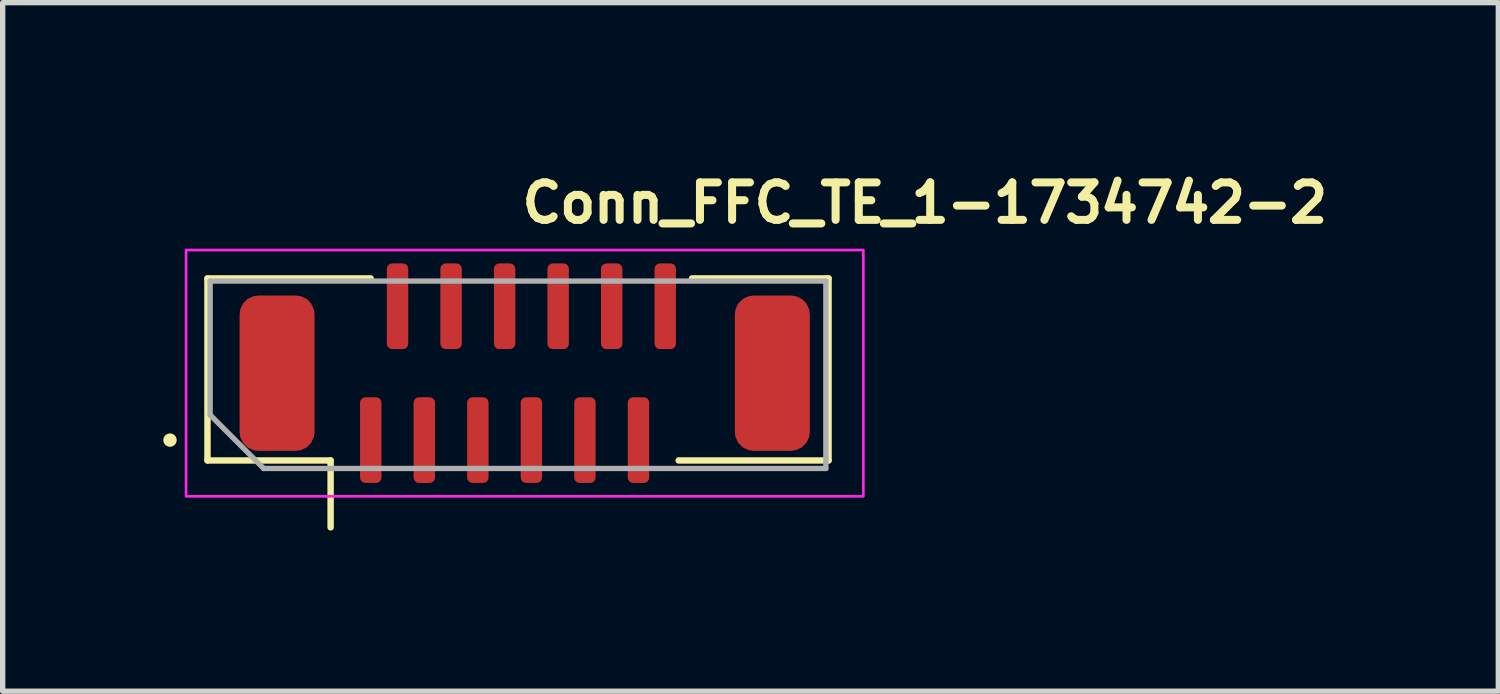
<source format=kicad_pcb>
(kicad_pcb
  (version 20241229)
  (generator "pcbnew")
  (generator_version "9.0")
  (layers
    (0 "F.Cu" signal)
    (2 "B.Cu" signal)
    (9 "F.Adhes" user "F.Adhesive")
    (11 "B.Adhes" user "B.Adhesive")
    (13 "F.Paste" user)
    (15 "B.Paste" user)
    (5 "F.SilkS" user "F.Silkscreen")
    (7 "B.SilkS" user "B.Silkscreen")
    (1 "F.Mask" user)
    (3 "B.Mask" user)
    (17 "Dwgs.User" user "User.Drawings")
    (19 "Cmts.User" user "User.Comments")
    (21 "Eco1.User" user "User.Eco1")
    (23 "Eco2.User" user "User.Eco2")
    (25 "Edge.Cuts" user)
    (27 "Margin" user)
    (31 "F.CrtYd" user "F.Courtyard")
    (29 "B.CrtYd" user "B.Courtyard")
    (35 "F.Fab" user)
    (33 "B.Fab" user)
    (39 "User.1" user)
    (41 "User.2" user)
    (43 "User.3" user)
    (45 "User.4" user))
  (footprint "Conn_FFC_TE_1-1734742-2"
    (layer "F.Cu")
    (at 6.625 3.95)
    (property "Reference" "Conn_FFC_TE_1-1734742-2" (at 0 -2.8 0) (unlocked yes) (layer "F.SilkS") (effects (font (size 0.7 0.7) (thickness 0.15)) (justify left bottom)))
    (attr smd)
    (fp_line (start -5.8 -1.8) (end -5.8 1.6) (stroke (width 0.12) (type solid)) (layer "F.SilkS"))
    (fp_line (start -5.8 -1.8) (end -2.75 -1.8) (stroke (width 0.12) (type solid)) (layer "F.SilkS"))
    (fp_line (start -5.8 1.6) (end -3.5 1.6) (stroke (width 0.12) (type solid)) (layer "F.SilkS"))
    (fp_line (start -3.5 2.85) (end -3.5 1.6) (stroke (width 0.12) (type solid)) (layer "F.SilkS"))
    (fp_line (start 3.25 -1.8) (end 5.8 -1.8) (stroke (width 0.12) (type solid)) (layer "F.SilkS"))
    (fp_line (start 5.8 -1.8) (end 5.8 1.6) (stroke (width 0.12) (type solid)) (layer "F.SilkS"))
    (fp_line (start 5.8 1.6) (end 3 1.6) (stroke (width 0.12) (type solid)) (layer "F.SilkS"))
    (fp_circle (center -6.5 1.22) (end -6.45 1.22) (stroke (width 0.15) (type solid)) (fill yes) (layer "F.SilkS"))
    (fp_rect (start -6.2 -2.33) (end 6.45 2.27) (stroke (width 0.05) (type solid)) (fill no) (layer "F.CrtYd"))
    (fp_line (start -5.75 -1.75) (end -5.75 0.75) (stroke (width 0.1) (type solid)) (layer "F.Fab"))
    (fp_line (start -5.75 0.75) (end -4.75 1.75) (stroke (width 0.1) (type solid)) (layer "F.Fab"))
    (fp_line (start -4.75 1.75) (end 5.75 1.75) (stroke (width 0.1) (type solid)) (layer "F.Fab"))
    (fp_line (start 5.75 -1.75) (end -5.75 -1.75) (stroke (width 0.1) (type solid)) (layer "F.Fab"))
    (fp_line (start 5.75 1.75) (end 5.75 -1.75) (stroke (width 0.1) (type solid)) (layer "F.Fab"))
    (fp_rect (start -5.85 -1.93) (end 5.85 1.87) (stroke (width 0.1) (type solid)) (fill no) (layer "User.5"))
    (fp_line (start -5.85 -1.68) (end -5.85 1.42) (stroke (width 0.02) (type solid)) (layer "User.9"))
    (fp_line (start -5.85 -1.68) (end -5.8 -1.73) (stroke (width 0.02) (type solid)) (layer "User.9"))
    (fp_line (start -5.8 -1.73) (end -5.75 -1.68) (stroke (width 0.02) (type solid)) (layer "User.9"))
    (fp_line (start -5.8 1.47) (end -5.85 1.42) (stroke (width 0.02) (type solid)) (layer "User.9"))
    (fp_line (start -5.75 -1.78) (end -5.8 -1.73) (stroke (width 0.02) (type solid)) (layer "User.9"))
    (fp_line (start -5.75 -1.68) (end -5.75 1.42) (stroke (width 0.02) (type solid)) (layer "User.9"))
    (fp_line (start -5.75 1.42) (end -5.8 1.47) (stroke (width 0.02) (type solid)) (layer "User.9"))
    (fp_line (start -5.75 1.42) (end -3.97 1.42) (stroke (width 0.02) (type solid)) (layer "User.9"))
    (fp_line (start -5.75 1.52) (end -5.8 1.47) (stroke (width 0.02) (type solid)) (layer "User.9"))
    (fp_line (start -5.75 1.52) (end -3.87 1.52) (stroke (width 0.02) (type solid)) (layer "User.9"))
    (fp_line (start -4.859 -1.78) (end -5.75 -1.78) (stroke (width 0.02) (type solid)) (layer "User.9"))
    (fp_line (start -4.859 -1.78) (end -4.809 -1.68) (stroke (width 0.02) (type solid)) (layer "User.9"))
    (fp_line (start -4.809 -1.68) (end -5.75 -1.68) (stroke (width 0.02) (type solid)) (layer "User.9"))
    (fp_line (start -4.622 -1.307) (end -4.809 -1.68) (stroke (width 0.02) (type solid)) (layer "User.9"))
    (fp_line (start -4.479 -1.307) (end -4.622 -1.307) (stroke (width 0.02) (type solid)) (layer "User.9"))
    (fp_line (start -4.292 -1.68) (end -4.479 -1.307) (stroke (width 0.02) (type solid)) (layer "User.9"))
    (fp_line (start -4.292 -1.68) (end -4.242 -1.78) (stroke (width 0.02) (type solid)) (layer "User.9"))
    (fp_line (start -3.97 0.27) (end -3.575 0.27) (stroke (width 0.02) (type solid)) (layer "User.9"))
    (fp_line (start -3.97 1.42) (end -3.97 0.27) (stroke (width 0.02) (type solid)) (layer "User.9"))
    (fp_line (start -3.87 1.52) (end -3.97 1.42) (stroke (width 0.02) (type solid)) (layer "User.9"))
    (fp_line (start -3.72 1.22) (end -3.25 1.22) (stroke (width 0.02) (type solid)) (layer "User.9"))
    (fp_line (start -3.72 1.52) (end -3.87 1.52) (stroke (width 0.02) (type solid)) (layer "User.9"))
    (fp_line (start -3.72 1.52) (end -3.72 0.27) (stroke (width 0.02) (type solid)) (layer "User.9"))
    (fp_line (start -3.575 -0.25) (end 3.575 -0.25) (stroke (width 0.02) (type solid)) (layer "User.9"))
    (fp_line (start -3.575 0.27) (end -3.575 -0.25) (stroke (width 0.02) (type solid)) (layer "User.9"))
    (fp_line (start -3.325 0) (end -3.575 -0.25) (stroke (width 0.02) (type solid)) (layer "User.9"))
    (fp_line (start -3.325 0) (end 3.325 0) (stroke (width 0.02) (type solid)) (layer "User.9"))
    (fp_line (start -3.325 0.27) (end -3.575 0.27) (stroke (width 0.02) (type solid)) (layer "User.9"))
    (fp_line (start -3.325 0.27) (end -3.325 0) (stroke (width 0.02) (type solid)) (layer "User.9"))
    (fp_line (start -3.25 0.27) (end -3.325 0.27) (stroke (width 0.02) (type solid)) (layer "User.9"))
    (fp_line (start -3.25 0.27) (end -3.25 0) (stroke (width 0.02) (type solid)) (layer "User.9"))
    (fp_line (start -3.25 0.27) (end -3.25 0.42) (stroke (width 0.02) (type solid)) (layer "User.9"))
    (fp_line (start -3.25 0.42) (end -3.72 0.42) (stroke (width 0.02) (type solid)) (layer "User.9"))
    (fp_line (start -3.25 0.42) (end -2.91 0.42) (stroke (width 0.02) (type solid)) (layer "User.9"))
    (fp_line (start -3.25 0.72) (end -3.25 0.42) (stroke (width 0.02) (type solid)) (layer "User.9"))
    (fp_line (start -3.25 1.22) (end -3.25 0.72) (stroke (width 0.02) (type solid)) (layer "User.9"))
    (fp_line (start -2.91 0.72) (end -3.25 0.72) (stroke (width 0.02) (type solid)) (layer "User.9"))
    (fp_line (start -2.91 0.72) (end -2.91 0.42) (stroke (width 0.02) (type solid)) (layer "User.9"))
    (fp_line (start -2.91 0.72) (end -2.91 0.82) (stroke (width 0.02) (type solid)) (layer "User.9"))
    (fp_line (start -2.91 0.82) (end -2.59 0.82) (stroke (width 0.02) (type solid)) (layer "User.9"))
    (fp_line (start -2.85 0.22) (end -2.85 0.387) (stroke (width 0.02) (type solid)) (layer "User.9"))
    (fp_line (start -2.85 0.22) (end -2.65 0.22) (stroke (width 0.02) (type solid)) (layer "User.9"))
    (fp_line (start -2.85 0.494) (end -2.85 0.387) (stroke (width 0.02) (type solid)) (layer "User.9"))
    (fp_line (start -2.85 0.614) (end -2.85 0.494) (stroke (width 0.02) (type solid)) (layer "User.9"))
    (fp_line (start -2.85 0.614) (end -2.85 0.723) (stroke (width 0.02) (type solid)) (layer "User.9"))
    (fp_line (start -2.85 0.723) (end -2.65 0.723) (stroke (width 0.02) (type solid)) (layer "User.9"))
    (fp_line (start -2.85 1.22) (end -2.85 1.87) (stroke (width 0.02) (type solid)) (layer "User.9"))
    (fp_line (start -2.85 1.87) (end -2.65 1.87) (stroke (width 0.02) (type solid)) (layer "User.9"))
    (fp_line (start -2.65 0.22) (end -2.65 0.387) (stroke (width 0.02) (type solid)) (layer "User.9"))
    (fp_line (start -2.65 0.387) (end -2.65 0.494) (stroke (width 0.02) (type solid)) (layer "User.9"))
    (fp_line (start -2.65 0.494) (end -2.65 0.614) (stroke (width 0.02) (type solid)) (layer "User.9"))
    (fp_line (start -2.65 0.614) (end -2.65 0.723) (stroke (width 0.02) (type solid)) (layer "User.9"))
    (fp_line (start -2.65 1.22) (end -2.65 1.87) (stroke (width 0.02) (type solid)) (layer "User.9"))
    (fp_line (start -2.59 0.42) (end -2.41 0.42) (stroke (width 0.02) (type solid)) (layer "User.9"))
    (fp_line (start -2.59 0.72) (end -2.59 0.42) (stroke (width 0.02) (type solid)) (layer "User.9"))
    (fp_line (start -2.59 0.72) (end -2.59 0.82) (stroke (width 0.02) (type solid)) (layer "User.9"))
    (fp_line (start -2.41 0.72) (end -2.59 0.72) (stroke (width 0.02) (type solid)) (layer "User.9"))
    (fp_line (start -2.41 0.72) (end -2.41 0.42) (stroke (width 0.02) (type solid)) (layer "User.9"))
    (fp_line (start -2.41 0.72) (end -2.41 0.82) (stroke (width 0.02) (type solid)) (layer "User.9"))
    (fp_line (start -2.41 0.82) (end -2.09 0.82) (stroke (width 0.02) (type solid)) (layer "User.9"))
    (fp_line (start -2.35 -1.78) (end -2.35 -1.93) (stroke (width 0.02) (type solid)) (layer "User.9"))
    (fp_line (start -2.35 0.22) (end -2.35 0.387) (stroke (width 0.02) (type solid)) (layer "User.9"))
    (fp_line (start -2.35 0.22) (end -2.15 0.22) (stroke (width 0.02) (type solid)) (layer "User.9"))
    (fp_line (start -2.35 0.494) (end -2.35 0.387) (stroke (width 0.02) (type solid)) (layer "User.9"))
    (fp_line (start -2.35 0.614) (end -2.35 0.494) (stroke (width 0.02) (type solid)) (layer "User.9"))
    (fp_line (start -2.35 0.614) (end -2.35 0.723) (stroke (width 0.02) (type solid)) (layer "User.9"))
    (fp_line (start -2.35 0.723) (end -2.15 0.723) (stroke (width 0.02) (type solid)) (layer "User.9"))
    (fp_line (start -2.15 -1.93) (end -2.35 -1.93) (stroke (width 0.02) (type solid)) (layer "User.9"))
    (fp_line (start -2.15 -1.78) (end -2.15 -1.93) (stroke (width 0.02) (type solid)) (layer "User.9"))
    (fp_line (start -2.15 0.22) (end -2.15 0.387) (stroke (width 0.02) (type solid)) (layer "User.9"))
    (fp_line (start -2.15 0.387) (end -2.15 0.494) (stroke (width 0.02) (type solid)) (layer "User.9"))
    (fp_line (start -2.15 0.494) (end -2.15 0.614) (stroke (width 0.02) (type solid)) (layer "User.9"))
    (fp_line (start -2.15 0.614) (end -2.15 0.723) (stroke (width 0.02) (type solid)) (layer "User.9"))
    (fp_line (start -2.09 0.42) (end -1.91 0.42) (stroke (width 0.02) (type solid)) (layer "User.9"))
    (fp_line (start -2.09 0.72) (end -2.09 0.42) (stroke (width 0.02) (type solid)) (layer "User.9"))
    (fp_line (start -2.09 0.72) (end -2.09 0.82) (stroke (width 0.02) (type solid)) (layer "User.9"))
    (fp_line (start -1.91 0.72) (end -2.09 0.72) (stroke (width 0.02) (type solid)) (layer "User.9"))
    (fp_line (start -1.91 0.72) (end -1.91 0.42) (stroke (width 0.02) (type solid)) (layer "User.9"))
    (fp_line (start -1.91 0.72) (end -1.91 0.82) (stroke (width 0.02) (type solid)) (layer "User.9"))
    (fp_line (start -1.91 0.82) (end -1.59 0.82) (stroke (width 0.02) (type solid)) (layer "User.9"))
    (fp_line (start -1.85 0.22) (end -1.85 0.387) (stroke (width 0.02) (type solid)) (layer "User.9"))
    (fp_line (start -1.85 0.22) (end -1.65 0.22) (stroke (width 0.02) (type solid)) (layer "User.9"))
    (fp_line (start -1.85 0.494) (end -1.85 0.387) (stroke (width 0.02) (type solid)) (layer "User.9"))
    (fp_line (start -1.85 0.614) (end -1.85 0.494) (stroke (width 0.02) (type solid)) (layer "User.9"))
    (fp_line (start -1.85 0.614) (end -1.85 0.723) (stroke (width 0.02) (type solid)) (layer "User.9"))
    (fp_line (start -1.85 0.723) (end -1.65 0.723) (stroke (width 0.02) (type solid)) (layer "User.9"))
    (fp_line (start -1.85 1.22) (end -1.85 1.87) (stroke (width 0.02) (type solid)) (layer "User.9"))
    (fp_line (start -1.85 1.87) (end -1.65 1.87) (stroke (width 0.02) (type solid)) (layer "User.9"))
    (fp_line (start -1.65 0.22) (end -1.65 0.387) (stroke (width 0.02) (type solid)) (layer "User.9"))
    (fp_line (start -1.65 0.387) (end -1.65 0.494) (stroke (width 0.02) (type solid)) (layer "User.9"))
    (fp_line (start -1.65 0.494) (end -1.65 0.614) (stroke (width 0.02) (type solid)) (layer "User.9"))
    (fp_line (start -1.65 0.614) (end -1.65 0.723) (stroke (width 0.02) (type solid)) (layer "User.9"))
    (fp_line (start -1.65 1.22) (end -1.65 1.87) (stroke (width 0.02) (type solid)) (layer "User.9"))
    (fp_line (start -1.59 0.42) (end -1.41 0.42) (stroke (width 0.02) (type solid)) (layer "User.9"))
    (fp_line (start -1.59 0.72) (end -1.59 0.42) (stroke (width 0.02) (type solid)) (layer "User.9"))
    (fp_line (start -1.59 0.72) (end -1.59 0.82) (stroke (width 0.02) (type solid)) (layer "User.9"))
    (fp_line (start -1.41 0.72) (end -1.59 0.72) (stroke (width 0.02) (type solid)) (layer "User.9"))
    (fp_line (start -1.41 0.72) (end -1.41 0.42) (stroke (width 0.02) (type solid)) (layer "User.9"))
    (fp_line (start -1.41 0.72) (end -1.41 0.82) (stroke (width 0.02) (type solid)) (layer "User.9"))
    (fp_line (start -1.41 0.82) (end -1.09 0.82) (stroke (width 0.02) (type solid)) (layer "User.9"))
    (fp_line (start -1.35 -1.78) (end -1.35 -1.93) (stroke (width 0.02) (type solid)) (layer "User.9"))
    (fp_line (start -1.35 0.22) (end -1.35 0.387) (stroke (width 0.02) (type solid)) (layer "User.9"))
    (fp_line (start -1.35 0.22) (end -1.15 0.22) (stroke (width 0.02) (type solid)) (layer "User.9"))
    (fp_line (start -1.35 0.494) (end -1.35 0.387) (stroke (width 0.02) (type solid)) (layer "User.9"))
    (fp_line (start -1.35 0.614) (end -1.35 0.494) (stroke (width 0.02) (type solid)) (layer "User.9"))
    (fp_line (start -1.35 0.614) (end -1.35 0.723) (stroke (width 0.02) (type solid)) (layer "User.9"))
    (fp_line (start -1.35 0.723) (end -1.15 0.723) (stroke (width 0.02) (type solid)) (layer "User.9"))
    (fp_line (start -1.15 -1.93) (end -1.35 -1.93) (stroke (width 0.02) (type solid)) (layer "User.9"))
    (fp_line (start -1.15 -1.78) (end -1.15 -1.93) (stroke (width 0.02) (type solid)) (layer "User.9"))
    (fp_line (start -1.15 0.22) (end -1.15 0.387) (stroke (width 0.02) (type solid)) (layer "User.9"))
    (fp_line (start -1.15 0.387) (end -1.15 0.494) (stroke (width 0.02) (type solid)) (layer "User.9"))
    (fp_line (start -1.15 0.494) (end -1.15 0.614) (stroke (width 0.02) (type solid)) (layer "User.9"))
    (fp_line (start -1.15 0.614) (end -1.15 0.723) (stroke (width 0.02) (type solid)) (layer "User.9"))
    (fp_line (start -1.09 0.42) (end -0.91 0.42) (stroke (width 0.02) (type solid)) (layer "User.9"))
    (fp_line (start -1.09 0.72) (end -1.09 0.42) (stroke (width 0.02) (type solid)) (layer "User.9"))
    (fp_line (start -1.09 0.72) (end -1.09 0.82) (stroke (width 0.02) (type solid)) (layer "User.9"))
    (fp_line (start -0.91 0.72) (end -1.09 0.72) (stroke (width 0.02) (type solid)) (layer "User.9"))
    (fp_line (start -0.91 0.72) (end -0.91 0.42) (stroke (width 0.02) (type solid)) (layer "User.9"))
    (fp_line (start -0.91 0.72) (end -0.91 0.82) (stroke (width 0.02) (type solid)) (layer "User.9"))
    (fp_line (start -0.91 0.82) (end -0.59 0.82) (stroke (width 0.02) (type solid)) (layer "User.9"))
    (fp_line (start -0.85 0.22) (end -0.85 0.387) (stroke (width 0.02) (type solid)) (layer "User.9"))
    (fp_line (start -0.85 0.22) (end -0.65 0.22) (stroke (width 0.02) (type solid)) (layer "User.9"))
    (fp_line (start -0.85 0.494) (end -0.85 0.387) (stroke (width 0.02) (type solid)) (layer "User.9"))
    (fp_line (start -0.85 0.614) (end -0.85 0.494) (stroke (width 0.02) (type solid)) (layer "User.9"))
    (fp_line (start -0.85 0.614) (end -0.85 0.723) (stroke (width 0.02) (type solid)) (layer "User.9"))
    (fp_line (start -0.85 0.723) (end -0.65 0.723) (stroke (width 0.02) (type solid)) (layer "User.9"))
    (fp_line (start -0.85 1.22) (end -0.85 1.87) (stroke (width 0.02) (type solid)) (layer "User.9"))
    (fp_line (start -0.85 1.87) (end -0.65 1.87) (stroke (width 0.02) (type solid)) (layer "User.9"))
    (fp_line (start -0.65 0.22) (end -0.65 0.387) (stroke (width 0.02) (type solid)) (layer "User.9"))
    (fp_line (start -0.65 0.387) (end -0.65 0.494) (stroke (width 0.02) (type solid)) (layer "User.9"))
    (fp_line (start -0.65 0.494) (end -0.65 0.614) (stroke (width 0.02) (type solid)) (layer "User.9"))
    (fp_line (start -0.65 0.614) (end -0.65 0.723) (stroke (width 0.02) (type solid)) (layer "User.9"))
    (fp_line (start -0.65 1.22) (end -0.65 1.87) (stroke (width 0.02) (type solid)) (layer "User.9"))
    (fp_line (start -0.59 0.42) (end -0.41 0.42) (stroke (width 0.02) (type solid)) (layer "User.9"))
    (fp_line (start -0.59 0.72) (end -0.59 0.42) (stroke (width 0.02) (type solid)) (layer "User.9"))
    (fp_line (start -0.59 0.72) (end -0.59 0.82) (stroke (width 0.02) (type solid)) (layer "User.9"))
    (fp_line (start -0.41 0.72) (end -0.59 0.72) (stroke (width 0.02) (type solid)) (layer "User.9"))
    (fp_line (start -0.41 0.72) (end -0.41 0.42) (stroke (width 0.02) (type solid)) (layer "User.9"))
    (fp_line (start -0.41 0.72) (end -0.41 0.82) (stroke (width 0.02) (type solid)) (layer "User.9"))
    (fp_line (start -0.41 0.82) (end -0.09 0.82) (stroke (width 0.02) (type solid)) (layer "User.9"))
    (fp_line (start -0.35 -1.78) (end -0.35 -1.93) (stroke (width 0.02) (type solid)) (layer "User.9"))
    (fp_line (start -0.35 0.22) (end -0.35 0.387) (stroke (width 0.02) (type solid)) (layer "User.9"))
    (fp_line (start -0.35 0.22) (end -0.15 0.22) (stroke (width 0.02) (type solid)) (layer "User.9"))
    (fp_line (start -0.35 0.494) (end -0.35 0.387) (stroke (width 0.02) (type solid)) (layer "User.9"))
    (fp_line (start -0.35 0.614) (end -0.35 0.494) (stroke (width 0.02) (type solid)) (layer "User.9"))
    (fp_line (start -0.35 0.614) (end -0.35 0.723) (stroke (width 0.02) (type solid)) (layer "User.9"))
    (fp_line (start -0.35 0.723) (end -0.15 0.723) (stroke (width 0.02) (type solid)) (layer "User.9"))
    (fp_line (start -0.15 -1.93) (end -0.35 -1.93) (stroke (width 0.02) (type solid)) (layer "User.9"))
    (fp_line (start -0.15 -1.78) (end -0.15 -1.93) (stroke (width 0.02) (type solid)) (layer "User.9"))
    (fp_line (start -0.15 0.22) (end -0.15 0.387) (stroke (width 0.02) (type solid)) (layer "User.9"))
    (fp_line (start -0.15 0.387) (end -0.15 0.494) (stroke (width 0.02) (type solid)) (layer "User.9"))
    (fp_line (start -0.15 0.494) (end -0.15 0.614) (stroke (width 0.02) (type solid)) (layer "User.9"))
    (fp_line (start -0.15 0.614) (end -0.15 0.723) (stroke (width 0.02) (type solid)) (layer "User.9"))
    (fp_line (start -0.09 0.42) (end 0.09 0.42) (stroke (width 0.02) (type solid)) (layer "User.9"))
    (fp_line (start -0.09 0.72) (end -0.09 0.42) (stroke (width 0.02) (type solid)) (layer "User.9"))
    (fp_line (start -0.09 0.72) (end -0.09 0.82) (stroke (width 0.02) (type solid)) (layer "User.9"))
    (fp_line (start 0.09 0.72) (end -0.09 0.72) (stroke (width 0.02) (type solid)) (layer "User.9"))
    (fp_line (start 0.09 0.72) (end 0.09 0.42) (stroke (width 0.02) (type solid)) (layer "User.9"))
    (fp_line (start 0.09 0.72) (end 0.09 0.82) (stroke (width 0.02) (type solid)) (layer "User.9"))
    (fp_line (start 0.09 0.82) (end 0.41 0.82) (stroke (width 0.02) (type solid)) (layer "User.9"))
    (fp_line (start 0.15 0.22) (end 0.15 0.387) (stroke (width 0.02) (type solid)) (layer "User.9"))
    (fp_line (start 0.15 0.22) (end 0.35 0.22) (stroke (width 0.02) (type solid)) (layer "User.9"))
    (fp_line (start 0.15 0.494) (end 0.15 0.387) (stroke (width 0.02) (type solid)) (layer "User.9"))
    (fp_line (start 0.15 0.614) (end 0.15 0.494) (stroke (width 0.02) (type solid)) (layer "User.9"))
    (fp_line (start 0.15 0.614) (end 0.15 0.723) (stroke (width 0.02) (type solid)) (layer "User.9"))
    (fp_line (start 0.15 0.723) (end 0.35 0.723) (stroke (width 0.02) (type solid)) (layer "User.9"))
    (fp_line (start 0.15 1.22) (end 0.15 1.87) (stroke (width 0.02) (type solid)) (layer "User.9"))
    (fp_line (start 0.15 1.87) (end 0.35 1.87) (stroke (width 0.02) (type solid)) (layer "User.9"))
    (fp_line (start 0.35 0.22) (end 0.35 0.387) (stroke (width 0.02) (type solid)) (layer "User.9"))
    (fp_line (start 0.35 0.387) (end 0.35 0.494) (stroke (width 0.02) (type solid)) (layer "User.9"))
    (fp_line (start 0.35 0.494) (end 0.35 0.614) (stroke (width 0.02) (type solid)) (layer "User.9"))
    (fp_line (start 0.35 0.614) (end 0.35 0.723) (stroke (width 0.02) (type solid)) (layer "User.9"))
    (fp_line (start 0.35 1.22) (end 0.35 1.87) (stroke (width 0.02) (type solid)) (layer "User.9"))
    (fp_line (start 0.41 0.42) (end 0.59 0.42) (stroke (width 0.02) (type solid)) (layer "User.9"))
    (fp_line (start 0.41 0.72) (end 0.41 0.42) (stroke (width 0.02) (type solid)) (layer "User.9"))
    (fp_line (start 0.41 0.72) (end 0.41 0.82) (stroke (width 0.02) (type solid)) (layer "User.9"))
    (fp_line (start 0.59 0.72) (end 0.41 0.72) (stroke (width 0.02) (type solid)) (layer "User.9"))
    (fp_line (start 0.59 0.72) (end 0.59 0.42) (stroke (width 0.02) (type solid)) (layer "User.9"))
    (fp_line (start 0.59 0.72) (end 0.59 0.82) (stroke (width 0.02) (type solid)) (layer "User.9"))
    (fp_line (start 0.59 0.82) (end 0.91 0.82) (stroke (width 0.02) (type solid)) (layer "User.9"))
    (fp_line (start 0.65 -1.78) (end 0.65 -1.93) (stroke (width 0.02) (type solid)) (layer "User.9"))
    (fp_line (start 0.65 0.22) (end 0.65 0.387) (stroke (width 0.02) (type solid)) (layer "User.9"))
    (fp_line (start 0.65 0.22) (end 0.85 0.22) (stroke (width 0.02) (type solid)) (layer "User.9"))
    (fp_line (start 0.65 0.494) (end 0.65 0.387) (stroke (width 0.02) (type solid)) (layer "User.9"))
    (fp_line (start 0.65 0.614) (end 0.65 0.494) (stroke (width 0.02) (type solid)) (layer "User.9"))
    (fp_line (start 0.65 0.614) (end 0.65 0.723) (stroke (width 0.02) (type solid)) (layer "User.9"))
    (fp_line (start 0.65 0.723) (end 0.85 0.723) (stroke (width 0.02) (type solid)) (layer "User.9"))
    (fp_line (start 0.85 -1.93) (end 0.65 -1.93) (stroke (width 0.02) (type solid)) (layer "User.9"))
    (fp_line (start 0.85 -1.78) (end 0.85 -1.93) (stroke (width 0.02) (type solid)) (layer "User.9"))
    (fp_line (start 0.85 0.22) (end 0.85 0.387) (stroke (width 0.02) (type solid)) (layer "User.9"))
    (fp_line (start 0.85 0.387) (end 0.85 0.494) (stroke (width 0.02) (type solid)) (layer "User.9"))
    (fp_line (start 0.85 0.494) (end 0.85 0.614) (stroke (width 0.02) (type solid)) (layer "User.9"))
    (fp_line (start 0.85 0.614) (end 0.85 0.723) (stroke (width 0.02) (type solid)) (layer "User.9"))
    (fp_line (start 0.91 0.42) (end 1.09 0.42) (stroke (width 0.02) (type solid)) (layer "User.9"))
    (fp_line (start 0.91 0.72) (end 0.91 0.42) (stroke (width 0.02) (type solid)) (layer "User.9"))
    (fp_line (start 0.91 0.72) (end 0.91 0.82) (stroke (width 0.02) (type solid)) (layer "User.9"))
    (fp_line (start 1.09 0.72) (end 0.91 0.72) (stroke (width 0.02) (type solid)) (layer "User.9"))
    (fp_line (start 1.09 0.72) (end 1.09 0.42) (stroke (width 0.02) (type solid)) (layer "User.9"))
    (fp_line (start 1.09 0.72) (end 1.09 0.82) (stroke (width 0.02) (type solid)) (layer "User.9"))
    (fp_line (start 1.09 0.82) (end 1.41 0.82) (stroke (width 0.02) (type solid)) (layer "User.9"))
    (fp_line (start 1.15 0.22) (end 1.15 0.387) (stroke (width 0.02) (type solid)) (layer "User.9"))
    (fp_line (start 1.15 0.22) (end 1.35 0.22) (stroke (width 0.02) (type solid)) (layer "User.9"))
    (fp_line (start 1.15 0.494) (end 1.15 0.387) (stroke (width 0.02) (type solid)) (layer "User.9"))
    (fp_line (start 1.15 0.614) (end 1.15 0.494) (stroke (width 0.02) (type solid)) (layer "User.9"))
    (fp_line (start 1.15 0.614) (end 1.15 0.723) (stroke (width 0.02) (type solid)) (layer "User.9"))
    (fp_line (start 1.15 0.723) (end 1.35 0.723) (stroke (width 0.02) (type solid)) (layer "User.9"))
    (fp_line (start 1.15 1.22) (end 1.15 1.87) (stroke (width 0.02) (type solid)) (layer "User.9"))
    (fp_line (start 1.15 1.87) (end 1.35 1.87) (stroke (width 0.02) (type solid)) (layer "User.9"))
    (fp_line (start 1.35 0.22) (end 1.35 0.387) (stroke (width 0.02) (type solid)) (layer "User.9"))
    (fp_line (start 1.35 0.387) (end 1.35 0.494) (stroke (width 0.02) (type solid)) (layer "User.9"))
    (fp_line (start 1.35 0.494) (end 1.35 0.614) (stroke (width 0.02) (type solid)) (layer "User.9"))
    (fp_line (start 1.35 0.614) (end 1.35 0.723) (stroke (width 0.02) (type solid)) (layer "User.9"))
    (fp_line (start 1.35 1.22) (end 1.35 1.87) (stroke (width 0.02) (type solid)) (layer "User.9"))
    (fp_line (start 1.41 0.42) (end 1.59 0.42) (stroke (width 0.02) (type solid)) (layer "User.9"))
    (fp_line (start 1.41 0.72) (end 1.41 0.42) (stroke (width 0.02) (type solid)) (layer "User.9"))
    (fp_line (start 1.41 0.72) (end 1.41 0.82) (stroke (width 0.02) (type solid)) (layer "User.9"))
    (fp_line (start 1.59 0.72) (end 1.41 0.72) (stroke (width 0.02) (type solid)) (layer "User.9"))
    (fp_line (start 1.59 0.72) (end 1.59 0.42) (stroke (width 0.02) (type solid)) (layer "User.9"))
    (fp_line (start 1.59 0.72) (end 1.59 0.82) (stroke (width 0.02) (type solid)) (layer "User.9"))
    (fp_line (start 1.59 0.82) (end 1.91 0.82) (stroke (width 0.02) (type solid)) (layer "User.9"))
    (fp_line (start 1.65 -1.78) (end 1.65 -1.93) (stroke (width 0.02) (type solid)) (layer "User.9"))
    (fp_line (start 1.65 0.22) (end 1.65 0.387) (stroke (width 0.02) (type solid)) (layer "User.9"))
    (fp_line (start 1.65 0.22) (end 1.85 0.22) (stroke (width 0.02) (type solid)) (layer "User.9"))
    (fp_line (start 1.65 0.494) (end 1.65 0.387) (stroke (width 0.02) (type solid)) (layer "User.9"))
    (fp_line (start 1.65 0.614) (end 1.65 0.494) (stroke (width 0.02) (type solid)) (layer "User.9"))
    (fp_line (start 1.65 0.614) (end 1.65 0.723) (stroke (width 0.02) (type solid)) (layer "User.9"))
    (fp_line (start 1.65 0.723) (end 1.85 0.723) (stroke (width 0.02) (type solid)) (layer "User.9"))
    (fp_line (start 1.85 -1.93) (end 1.65 -1.93) (stroke (width 0.02) (type solid)) (layer "User.9"))
    (fp_line (start 1.85 -1.78) (end 1.85 -1.93) (stroke (width 0.02) (type solid)) (layer "User.9"))
    (fp_line (start 1.85 0.22) (end 1.85 0.387) (stroke (width 0.02) (type solid)) (layer "User.9"))
    (fp_line (start 1.85 0.387) (end 1.85 0.494) (stroke (width 0.02) (type solid)) (layer "User.9"))
    (fp_line (start 1.85 0.494) (end 1.85 0.614) (stroke (width 0.02) (type solid)) (layer "User.9"))
    (fp_line (start 1.85 0.614) (end 1.85 0.723) (stroke (width 0.02) (type solid)) (layer "User.9"))
    (fp_line (start 1.91 0.42) (end 2.09 0.42) (stroke (width 0.02) (type solid)) (layer "User.9"))
    (fp_line (start 1.91 0.72) (end 1.91 0.42) (stroke (width 0.02) (type solid)) (layer "User.9"))
    (fp_line (start 1.91 0.72) (end 1.91 0.82) (stroke (width 0.02) (type solid)) (layer "User.9"))
    (fp_line (start 2.09 0.72) (end 1.91 0.72) (stroke (width 0.02) (type solid)) (layer "User.9"))
    (fp_line (start 2.09 0.72) (end 2.09 0.42) (stroke (width 0.02) (type solid)) (layer "User.9"))
    (fp_line (start 2.09 0.72) (end 2.09 0.82) (stroke (width 0.02) (type solid)) (layer "User.9"))
    (fp_line (start 2.09 0.82) (end 2.41 0.82) (stroke (width 0.02) (type solid)) (layer "User.9"))
    (fp_line (start 2.15 0.22) (end 2.15 0.387) (stroke (width 0.02) (type solid)) (layer "User.9"))
    (fp_line (start 2.15 0.22) (end 2.35 0.22) (stroke (width 0.02) (type solid)) (layer "User.9"))
    (fp_line (start 2.15 0.494) (end 2.15 0.387) (stroke (width 0.02) (type solid)) (layer "User.9"))
    (fp_line (start 2.15 0.614) (end 2.15 0.494) (stroke (width 0.02) (type solid)) (layer "User.9"))
    (fp_line (start 2.15 0.614) (end 2.15 0.723) (stroke (width 0.02) (type solid)) (layer "User.9"))
    (fp_line (start 2.15 0.723) (end 2.35 0.723) (stroke (width 0.02) (type solid)) (layer "User.9"))
    (fp_line (start 2.15 1.22) (end 2.15 1.87) (stroke (width 0.02) (type solid)) (layer "User.9"))
    (fp_line (start 2.15 1.87) (end 2.35 1.87) (stroke (width 0.02) (type solid)) (layer "User.9"))
    (fp_line (start 2.35 0.22) (end 2.35 0.387) (stroke (width 0.02) (type solid)) (layer "User.9"))
    (fp_line (start 2.35 0.387) (end 2.35 0.494) (stroke (width 0.02) (type solid)) (layer "User.9"))
    (fp_line (start 2.35 0.494) (end 2.35 0.614) (stroke (width 0.02) (type solid)) (layer "User.9"))
    (fp_line (start 2.35 0.614) (end 2.35 0.723) (stroke (width 0.02) (type solid)) (layer "User.9"))
    (fp_line (start 2.35 1.22) (end 2.35 1.87) (stroke (width 0.02) (type solid)) (layer "User.9"))
    (fp_line (start 2.41 0.42) (end 2.59 0.42) (stroke (width 0.02) (type solid)) (layer "User.9"))
    (fp_line (start 2.41 0.72) (end 2.41 0.42) (stroke (width 0.02) (type solid)) (layer "User.9"))
    (fp_line (start 2.41 0.72) (end 2.41 0.82) (stroke (width 0.02) (type solid)) (layer "User.9"))
    (fp_line (start 2.59 0.72) (end 2.41 0.72) (stroke (width 0.02) (type solid)) (layer "User.9"))
    (fp_line (start 2.59 0.72) (end 2.59 0.42) (stroke (width 0.02) (type solid)) (layer "User.9"))
    (fp_line (start 2.59 0.72) (end 2.59 0.82) (stroke (width 0.02) (type solid)) (layer "User.9"))
    (fp_line (start 2.59 0.82) (end 2.91 0.82) (stroke (width 0.02) (type solid)) (layer "User.9"))
    (fp_line (start 2.65 -1.78) (end 2.65 -1.93) (stroke (width 0.02) (type solid)) (layer "User.9"))
    (fp_line (start 2.65 0.22) (end 2.65 0.387) (stroke (width 0.02) (type solid)) (layer "User.9"))
    (fp_line (start 2.65 0.22) (end 2.85 0.22) (stroke (width 0.02) (type solid)) (layer "User.9"))
    (fp_line (start 2.65 0.494) (end 2.65 0.387) (stroke (width 0.02) (type solid)) (layer "User.9"))
    (fp_line (start 2.65 0.614) (end 2.65 0.494) (stroke (width 0.02) (type solid)) (layer "User.9"))
    (fp_line (start 2.65 0.614) (end 2.65 0.723) (stroke (width 0.02) (type solid)) (layer "User.9"))
    (fp_line (start 2.65 0.723) (end 2.85 0.723) (stroke (width 0.02) (type solid)) (layer "User.9"))
    (fp_line (start 2.85 -1.93) (end 2.65 -1.93) (stroke (width 0.02) (type solid)) (layer "User.9"))
    (fp_line (start 2.85 -1.78) (end 2.85 -1.93) (stroke (width 0.02) (type solid)) (layer "User.9"))
    (fp_line (start 2.85 0.22) (end 2.85 0.387) (stroke (width 0.02) (type solid)) (layer "User.9"))
    (fp_line (start 2.85 0.387) (end 2.85 0.494) (stroke (width 0.02) (type solid)) (layer "User.9"))
    (fp_line (start 2.85 0.494) (end 2.85 0.614) (stroke (width 0.02) (type solid)) (layer "User.9"))
    (fp_line (start 2.85 0.614) (end 2.85 0.723) (stroke (width 0.02) (type solid)) (layer "User.9"))
    (fp_line (start 2.91 0.42) (end 3.25 0.42) (stroke (width 0.02) (type solid)) (layer "User.9"))
    (fp_line (start 2.91 0.72) (end 2.91 0.42) (stroke (width 0.02) (type solid)) (layer "User.9"))
    (fp_line (start 2.91 0.72) (end 2.91 0.82) (stroke (width 0.02) (type solid)) (layer "User.9"))
    (fp_line (start 3.25 0) (end 3.25 0.27) (stroke (width 0.02) (type solid)) (layer "User.9"))
    (fp_line (start 3.25 0.42) (end 3.25 0.27) (stroke (width 0.02) (type solid)) (layer "User.9"))
    (fp_line (start 3.25 0.72) (end 2.91 0.72) (stroke (width 0.02) (type solid)) (layer "User.9"))
    (fp_line (start 3.25 0.72) (end 3.25 0.42) (stroke (width 0.02) (type solid)) (layer "User.9"))
    (fp_line (start 3.25 1.22) (end -3.25 1.22) (stroke (width 0.02) (type solid)) (layer "User.9"))
    (fp_line (start 3.25 1.22) (end 3.25 0.72) (stroke (width 0.02) (type solid)) (layer "User.9"))
    (fp_line (start 3.25 1.22) (end 3.72 1.22) (stroke (width 0.02) (type solid)) (layer "User.9"))
    (fp_line (start 3.325 0) (end 3.325 0.27) (stroke (width 0.02) (type solid)) (layer "User.9"))
    (fp_line (start 3.325 0) (end 3.575 -0.25) (stroke (width 0.02) (type solid)) (layer "User.9"))
    (fp_line (start 3.325 0.27) (end 3.25 0.27) (stroke (width 0.02) (type solid)) (layer "User.9"))
    (fp_line (start 3.575 -0.25) (end 3.575 0.27) (stroke (width 0.02) (type solid)) (layer "User.9"))
    (fp_line (start 3.575 0.27) (end 3.325 0.27) (stroke (width 0.02) (type solid)) (layer "User.9"))
    (fp_line (start 3.575 0.27) (end 3.97 0.27) (stroke (width 0.02) (type solid)) (layer "User.9"))
    (fp_line (start 3.72 0.27) (end 3.72 1.42) (stroke (width 0.02) (type solid)) (layer "User.9"))
    (fp_line (start 3.72 0.42) (end 3.25 0.42) (stroke (width 0.02) (type solid)) (layer "User.9"))
    (fp_line (start 3.82 1.52) (end 3.72 1.42) (stroke (width 0.02) (type solid)) (layer "User.9"))
    (fp_line (start 3.82 1.52) (end 5.75 1.52) (stroke (width 0.02) (type solid)) (layer "User.9"))
    (fp_line (start 3.97 0.27) (end 3.97 1.42) (stroke (width 0.02) (type solid)) (layer "User.9"))
    (fp_line (start 3.97 1.42) (end 3.72 1.42) (stroke (width 0.02) (type solid)) (layer "User.9"))
    (fp_line (start 3.97 1.42) (end 3.82 1.52) (stroke (width 0.02) (type solid)) (layer "User.9"))
    (fp_line (start 3.97 1.42) (end 5.75 1.42) (stroke (width 0.02) (type solid)) (layer "User.9"))
    (fp_line (start 5.75 -1.78) (end -4.242 -1.78) (stroke (width 0.02) (type solid)) (layer "User.9"))
    (fp_line (start 5.75 -1.78) (end 5.8 -1.73) (stroke (width 0.02) (type solid)) (layer "User.9"))
    (fp_line (start 5.75 -1.68) (end -4.292 -1.68) (stroke (width 0.02) (type solid)) (layer "User.9"))
    (fp_line (start 5.75 -1.68) (end 5.8 -1.73) (stroke (width 0.02) (type solid)) (layer "User.9"))
    (fp_line (start 5.75 1.42) (end 5.75 -1.68) (stroke (width 0.02) (type solid)) (layer "User.9"))
    (fp_line (start 5.8 -1.73) (end 5.85 -1.68) (stroke (width 0.02) (type solid)) (layer "User.9"))
    (fp_line (start 5.8 1.47) (end 5.75 1.42) (stroke (width 0.02) (type solid)) (layer "User.9"))
    (fp_line (start 5.8 1.47) (end 5.75 1.52) (stroke (width 0.02) (type solid)) (layer "User.9"))
    (fp_line (start 5.85 1.42) (end 5.8 1.47) (stroke (width 0.02) (type solid)) (layer "User.9"))
    (fp_line (start 5.85 1.42) (end 5.85 -1.68) (stroke (width 0.02) (type solid)) (layer "User.9"))
    (pad "1" smd roundrect (at -2.75 1.22) (size 0.4 1.6) (layers "F.Cu" "F.Mask" "F.Paste") (roundrect_rratio 0.25))
    (pad "2" smd roundrect (at -2.25 -1.28) (size 0.4 1.6) (layers "F.Cu" "F.Mask" "F.Paste") (roundrect_rratio 0.25))
    (pad "3" smd roundrect (at -1.75 1.22) (size 0.4 1.6) (layers "F.Cu" "F.Mask" "F.Paste") (roundrect_rratio 0.25))
    (pad "4" smd roundrect (at -1.25 -1.28) (size 0.4 1.6) (layers "F.Cu" "F.Mask" "F.Paste") (roundrect_rratio 0.25))
    (pad "5" smd roundrect (at -0.75 1.22) (size 0.4 1.6) (layers "F.Cu" "F.Mask" "F.Paste") (roundrect_rratio 0.25))
    (pad "6" smd roundrect (at -0.25 -1.28) (size 0.4 1.6) (layers "F.Cu" "F.Mask" "F.Paste") (roundrect_rratio 0.25))
    (pad "7" smd roundrect (at 0.25 1.22) (size 0.4 1.6) (layers "F.Cu" "F.Mask" "F.Paste") (roundrect_rratio 0.25))
    (pad "8" smd roundrect (at 0.75 -1.28) (size 0.4 1.6) (layers "F.Cu" "F.Mask" "F.Paste") (roundrect_rratio 0.25))
    (pad "9" smd roundrect (at 1.25 1.22) (size 0.4 1.6) (layers "F.Cu" "F.Mask" "F.Paste") (roundrect_rratio 0.25))
    (pad "10" smd roundrect (at 1.75 -1.28) (size 0.4 1.6) (layers "F.Cu" "F.Mask" "F.Paste") (roundrect_rratio 0.25))
    (pad "11" smd roundrect (at 2.25 1.22) (size 0.4 1.6) (layers "F.Cu" "F.Mask" "F.Paste") (roundrect_rratio 0.25))
    (pad "12" smd roundrect (at 2.75 -1.28) (size 0.4 1.6) (layers "F.Cu" "F.Mask" "F.Paste") (roundrect_rratio 0.25))
    (pad "MP" smd roundrect (at -4.5 -0.03 90) (size 2.9 1.4) (layers "F.Cu" "F.Mask" "F.Paste") (roundrect_rratio 0.25))
    (pad "MP" smd roundrect (at 4.75 -0.03 90) (size 2.9 1.4) (layers "F.Cu" "F.Mask" "F.Paste") (roundrect_rratio 0.25)))
  (gr_rect
    (start -3 -3)
    (end 24.935 9.86)
    (stroke (width 0.1) (type default))
    (fill no)
    (layer "Edge.Cuts")))
</source>
